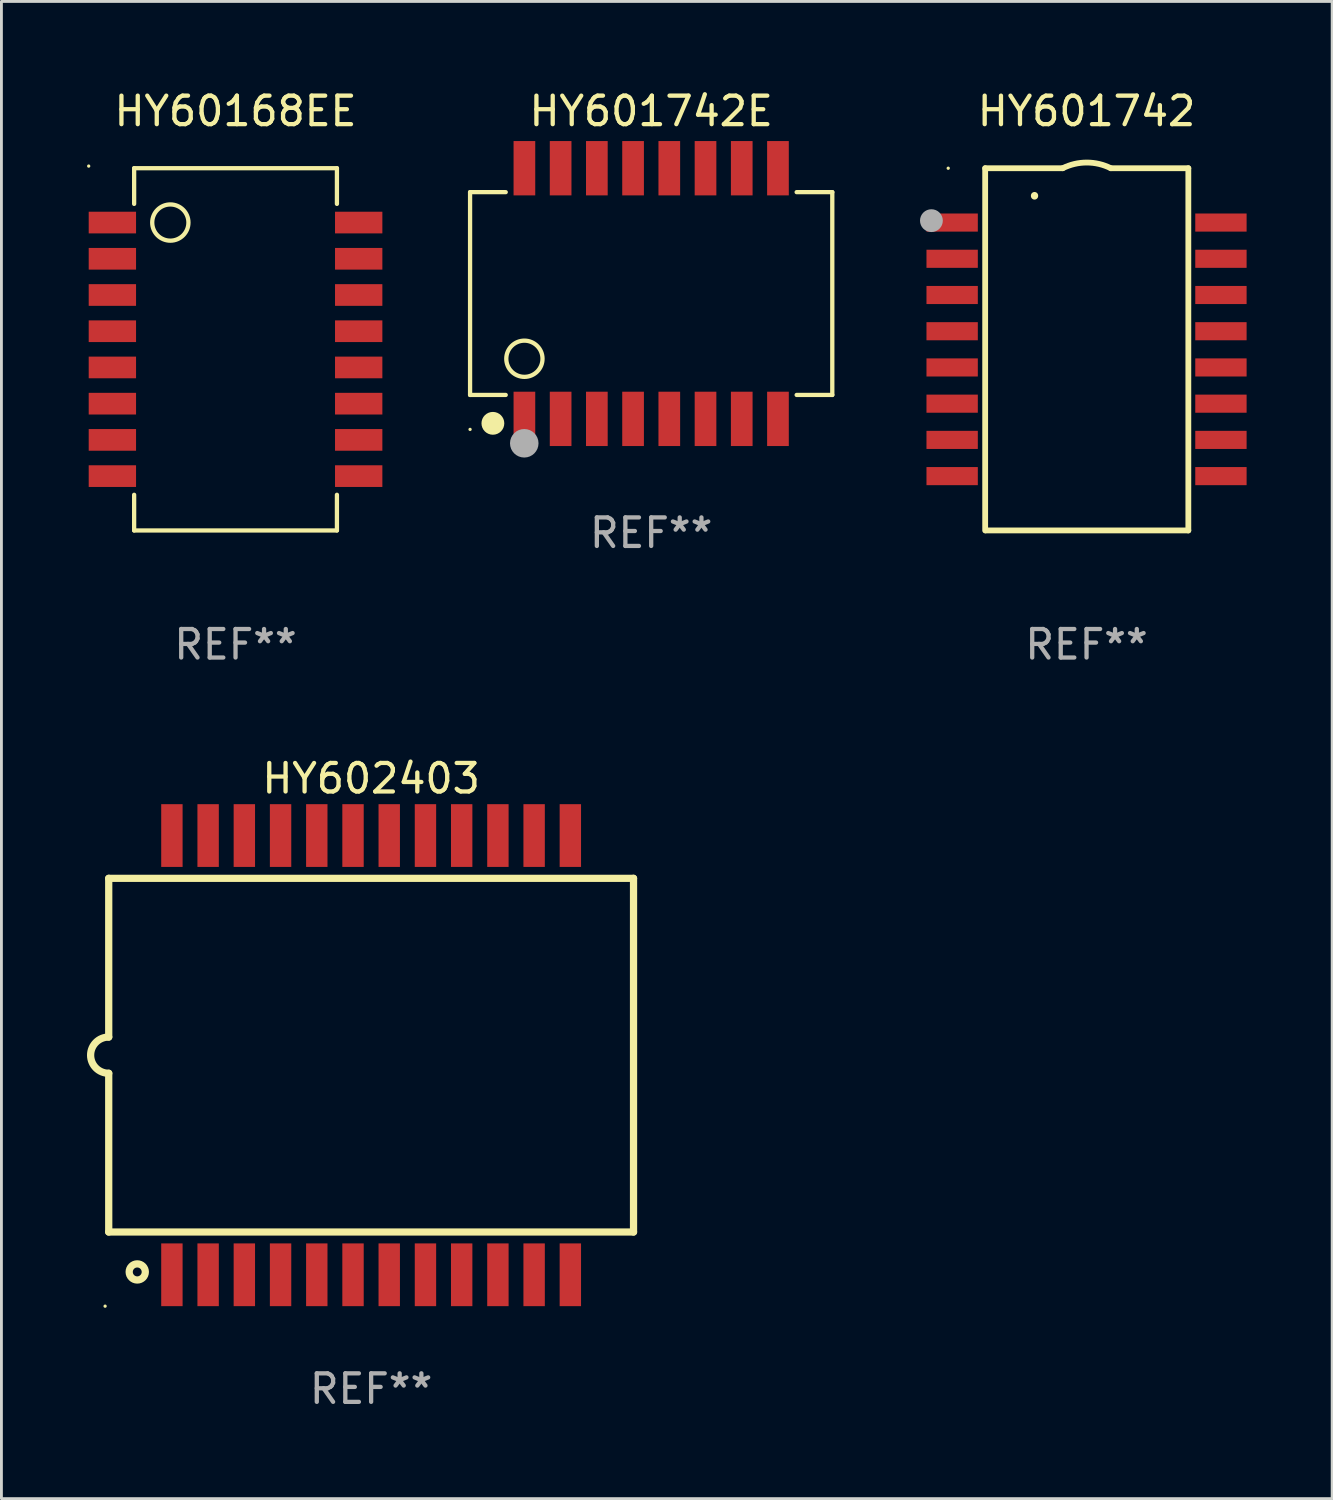
<source format=kicad_pcb>
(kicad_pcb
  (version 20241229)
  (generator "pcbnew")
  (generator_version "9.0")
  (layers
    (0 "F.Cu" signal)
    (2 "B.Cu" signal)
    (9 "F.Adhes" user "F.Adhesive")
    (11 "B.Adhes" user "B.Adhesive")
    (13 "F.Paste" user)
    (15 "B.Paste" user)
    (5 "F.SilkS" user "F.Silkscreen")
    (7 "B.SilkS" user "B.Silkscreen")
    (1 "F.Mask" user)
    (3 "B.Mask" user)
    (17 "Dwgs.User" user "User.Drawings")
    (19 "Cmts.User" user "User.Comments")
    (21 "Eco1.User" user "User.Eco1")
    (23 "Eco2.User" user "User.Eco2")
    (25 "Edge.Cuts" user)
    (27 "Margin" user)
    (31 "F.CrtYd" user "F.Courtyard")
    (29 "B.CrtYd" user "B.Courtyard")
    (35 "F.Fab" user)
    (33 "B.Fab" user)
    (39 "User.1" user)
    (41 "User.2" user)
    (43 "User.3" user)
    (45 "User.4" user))
  (footprint "HY601742E"
    (layer "F.Cu")
    (at 19.781 7.242)
    (property "Reference" "HY601742E" (at 0 -6.394 0) (layer "F.SilkS") (effects (font (size 1 1) (thickness 0.15))))
    (attr through_hole)
    (fp_line (start -6.35 3.555) (end -6.35 -3.555) (stroke (width 0.15) (type solid)) (layer "F.SilkS"))
    (fp_line (start -5.1 -3.555) (end -6.35 -3.555) (stroke (width 0.15) (type solid)) (layer "F.SilkS"))
    (fp_line (start -5.1 3.555) (end -6.35 3.555) (stroke (width 0.15) (type solid)) (layer "F.SilkS"))
    (fp_line (start 6.35 -3.555) (end 5.1 -3.555) (stroke (width 0.15) (type solid)) (layer "F.SilkS"))
    (fp_line (start 6.35 3.555) (end 5.1 3.555) (stroke (width 0.15) (type solid)) (layer "F.SilkS"))
    (fp_line (start 6.35 3.555) (end 6.35 -3.555) (stroke (width 0.15) (type solid)) (layer "F.SilkS"))
    (fp_circle (center -6.35 4.763) (end -6.32 4.763) (stroke (width 0.06) (type solid)) (fill no) (layer "F.SilkS"))
    (fp_circle (center -5.55 4.55) (end -5.35 4.55) (stroke (width 0.4) (type solid)) (fill no) (layer "F.SilkS"))
    (fp_circle (center -4.445 2.286) (end -3.81 2.286) (stroke (width 0.15) (type solid)) (fill no) (layer "F.SilkS"))
    (fp_circle (center -4.45 5.25) (end -4.2 5.25) (stroke (width 0.5) (type solid)) (fill no) (layer "F.Fab"))
    (fp_text user "REF**" (at 0 8.394 0) (layer "F.Fab") (effects (font (size 1 1) (thickness 0.15))))
    (pad "1" smd rect (at -4.445 4.394 180) (size 0.76 1.905) (layers "F.Cu" "F.Mask" "F.Paste"))
    (pad "2" smd rect (at -3.175 4.394 180) (size 0.76 1.905) (layers "F.Cu" "F.Mask" "F.Paste"))
    (pad "3" smd rect (at -1.905 4.394 180) (size 0.76 1.905) (layers "F.Cu" "F.Mask" "F.Paste"))
    (pad "4" smd rect (at -0.635 4.394 180) (size 0.76 1.905) (layers "F.Cu" "F.Mask" "F.Paste"))
    (pad "5" smd rect (at 0.635 4.394 180) (size 0.76 1.905) (layers "F.Cu" "F.Mask" "F.Paste"))
    (pad "6" smd rect (at 1.905 4.394 180) (size 0.76 1.905) (layers "F.Cu" "F.Mask" "F.Paste"))
    (pad "7" smd rect (at 3.175 4.394 180) (size 0.76 1.905) (layers "F.Cu" "F.Mask" "F.Paste"))
    (pad "8" smd rect (at 4.445 4.394 180) (size 0.76 1.905) (layers "F.Cu" "F.Mask" "F.Paste"))
    (pad "9" smd rect (at 4.445 -4.394 180) (size 0.76 1.905) (layers "F.Cu" "F.Mask" "F.Paste"))
    (pad "10" smd rect (at 3.175 -4.394 180) (size 0.76 1.905) (layers "F.Cu" "F.Mask" "F.Paste"))
    (pad "11" smd rect (at 1.905 -4.394 180) (size 0.76 1.905) (layers "F.Cu" "F.Mask" "F.Paste"))
    (pad "12" smd rect (at 0.635 -4.394 180) (size 0.76 1.905) (layers "F.Cu" "F.Mask" "F.Paste"))
    (pad "13" smd rect (at -0.635 -4.394 180) (size 0.76 1.905) (layers "F.Cu" "F.Mask" "F.Paste"))
    (pad "14" smd rect (at -1.905 -4.394 180) (size 0.76 1.905) (layers "F.Cu" "F.Mask" "F.Paste"))
    (pad "15" smd rect (at -3.175 -4.394 180) (size 0.76 1.905) (layers "F.Cu" "F.Mask" "F.Paste"))
    (pad "16" smd rect (at -4.445 -4.394 180) (size 0.76 1.905) (layers "F.Cu" "F.Mask" "F.Paste")))
  (footprint "HY602403"
    (layer "F.Cu")
    (at 9.962 33.945)
    (property "Reference" "HY602403" (at 0 -9.7 0) (layer "F.SilkS") (effects (font (size 1 1) (thickness 0.15))))
    (attr through_hole)
    (fp_line (start -9.2 -6.2) (end -9.2 -0.635) (stroke (width 0.254) (type solid)) (layer "F.SilkS"))
    (fp_line (start -9.2 6.2) (end -9.2 0.635) (stroke (width 0.254) (type solid)) (layer "F.SilkS"))
    (fp_line (start 9.2 -6.2) (end -9.2 -6.2) (stroke (width 0.254) (type solid)) (layer "F.SilkS"))
    (fp_line (start 9.2 -6.2) (end 9.2 6.2) (stroke (width 0.254) (type solid)) (layer "F.SilkS"))
    (fp_line (start 9.2 6.2) (end -9.2 6.2) (stroke (width 0.254) (type solid)) (layer "F.SilkS"))
    (fp_arc (start -9.200025 0.635001) (mid -9.834899 -0.000064) (end -9.199898 -0.635001) (stroke (width 0.254001) (type solid)) (layer "F.SilkS"))
    (fp_circle (center -9.327 8.8) (end -9.297 8.8) (stroke (width 0.06) (type solid)) (fill no) (layer "F.SilkS"))
    (fp_circle (center -8.2 7.6) (end -7.917 7.6) (stroke (width 0.254) (type solid)) (fill no) (layer "F.SilkS"))
    (fp_text user "REF**" (at 0 11.7 0) (layer "F.Fab") (effects (font (size 1 1) (thickness 0.15))))
    (pad "1" smd rect (at -6.985 7.7) (size 0.75 2.2) (layers "F.Cu" "F.Mask" "F.Paste"))
    (pad "2" smd rect (at -5.715 7.7) (size 0.75 2.2) (layers "F.Cu" "F.Mask" "F.Paste"))
    (pad "3" smd rect (at -4.445 7.7) (size 0.75 2.2) (layers "F.Cu" "F.Mask" "F.Paste"))
    (pad "4" smd rect (at -3.175 7.7) (size 0.75 2.2) (layers "F.Cu" "F.Mask" "F.Paste"))
    (pad "5" smd rect (at -1.905 7.7) (size 0.75 2.2) (layers "F.Cu" "F.Mask" "F.Paste"))
    (pad "6" smd rect (at -0.635 7.7) (size 0.75 2.2) (layers "F.Cu" "F.Mask" "F.Paste"))
    (pad "7" smd rect (at 0.635 7.7) (size 0.75 2.2) (layers "F.Cu" "F.Mask" "F.Paste"))
    (pad "8" smd rect (at 1.905 7.7) (size 0.75 2.2) (layers "F.Cu" "F.Mask" "F.Paste"))
    (pad "9" smd rect (at 3.175 7.7) (size 0.75 2.2) (layers "F.Cu" "F.Mask" "F.Paste"))
    (pad "10" smd rect (at 4.445 7.7) (size 0.75 2.2) (layers "F.Cu" "F.Mask" "F.Paste"))
    (pad "11" smd rect (at 5.715 7.7) (size 0.75 2.2) (layers "F.Cu" "F.Mask" "F.Paste"))
    (pad "12" smd rect (at 6.985 7.7) (size 0.75 2.2) (layers "F.Cu" "F.Mask" "F.Paste"))
    (pad "13" smd rect (at 6.985 -7.7) (size 0.75 2.2) (layers "F.Cu" "F.Mask" "F.Paste"))
    (pad "14" smd rect (at 5.715 -7.7) (size 0.75 2.2) (layers "F.Cu" "F.Mask" "F.Paste"))
    (pad "15" smd rect (at 4.445 -7.7) (size 0.75 2.2) (layers "F.Cu" "F.Mask" "F.Paste"))
    (pad "16" smd rect (at 3.175 -7.7) (size 0.75 2.2) (layers "F.Cu" "F.Mask" "F.Paste"))
    (pad "17" smd rect (at 1.905 -7.7) (size 0.75 2.2) (layers "F.Cu" "F.Mask" "F.Paste"))
    (pad "18" smd rect (at 0.635 -7.7) (size 0.75 2.2) (layers "F.Cu" "F.Mask" "F.Paste"))
    (pad "19" smd rect (at -0.635 -7.7) (size 0.75 2.2) (layers "F.Cu" "F.Mask" "F.Paste"))
    (pad "20" smd rect (at -1.905 -7.7) (size 0.75 2.2) (layers "F.Cu" "F.Mask" "F.Paste"))
    (pad "21" smd rect (at -3.175 -7.7) (size 0.75 2.2) (layers "F.Cu" "F.Mask" "F.Paste"))
    (pad "22" smd rect (at -4.445 -7.7) (size 0.75 2.2) (layers "F.Cu" "F.Mask" "F.Paste"))
    (pad "23" smd rect (at -5.715 -7.7) (size 0.75 2.2) (layers "F.Cu" "F.Mask" "F.Paste"))
    (pad "24" smd rect (at -6.985 -7.7) (size 0.75 2.2) (layers "F.Cu" "F.Mask" "F.Paste")))
  (footprint "HY60168EE"
    (layer "F.Cu")
    (at 5.208 9.198)
    (property "Reference" "HY60168EE" (at 0 -8.35 0) (layer "F.SilkS") (effects (font (size 1 1) (thickness 0.15))))
    (attr through_hole)
    (fp_line (start -3.555 -6.35) (end 3.555 -6.35) (stroke (width 0.15) (type solid)) (layer "F.SilkS"))
    (fp_line (start -3.555 -5.1) (end -3.555 -6.35) (stroke (width 0.15) (type solid)) (layer "F.SilkS"))
    (fp_line (start -3.555 6.35) (end -3.555 5.1) (stroke (width 0.15) (type solid)) (layer "F.SilkS"))
    (fp_line (start -3.555 6.35) (end 3.555 6.35) (stroke (width 0.15) (type solid)) (layer "F.SilkS"))
    (fp_line (start 3.555 -5.1) (end 3.555 -6.35) (stroke (width 0.15) (type solid)) (layer "F.SilkS"))
    (fp_line (start 3.555 6.35) (end 3.555 5.1) (stroke (width 0.15) (type solid)) (layer "F.SilkS"))
    (fp_circle (center -5.148 -6.425) (end -5.118 -6.425) (stroke (width 0.06) (type solid)) (fill no) (layer "F.SilkS"))
    (fp_circle (center -2.286 -4.445) (end -1.651 -4.445) (stroke (width 0.15) (type solid)) (fill no) (layer "F.SilkS"))
    (fp_text user "REF**" (at 0 10.35 0) (layer "F.Fab") (effects (font (size 1 1) (thickness 0.15))))
    (pad "1" smd rect (at -4.318 -4.445 90) (size 0.76 1.66) (layers "F.Cu" "F.Mask" "F.Paste"))
    (pad "2" smd rect (at -4.318 -3.175 90) (size 0.76 1.66) (layers "F.Cu" "F.Mask" "F.Paste"))
    (pad "3" smd rect (at -4.318 -1.905 90) (size 0.76 1.66) (layers "F.Cu" "F.Mask" "F.Paste"))
    (pad "4" smd rect (at -4.318 -0.635 90) (size 0.76 1.66) (layers "F.Cu" "F.Mask" "F.Paste"))
    (pad "5" smd rect (at -4.318 0.635 90) (size 0.76 1.66) (layers "F.Cu" "F.Mask" "F.Paste"))
    (pad "6" smd rect (at -4.318 1.905 90) (size 0.76 1.66) (layers "F.Cu" "F.Mask" "F.Paste"))
    (pad "7" smd rect (at -4.318 3.175 90) (size 0.76 1.66) (layers "F.Cu" "F.Mask" "F.Paste"))
    (pad "8" smd rect (at -4.318 4.445 90) (size 0.76 1.66) (layers "F.Cu" "F.Mask" "F.Paste"))
    (pad "9" smd rect (at 4.318 4.445 90) (size 0.76 1.66) (layers "F.Cu" "F.Mask" "F.Paste"))
    (pad "10" smd rect (at 4.318 3.175 90) (size 0.76 1.66) (layers "F.Cu" "F.Mask" "F.Paste"))
    (pad "11" smd rect (at 4.318 1.905 90) (size 0.76 1.66) (layers "F.Cu" "F.Mask" "F.Paste"))
    (pad "12" smd rect (at 4.318 0.635 90) (size 0.76 1.66) (layers "F.Cu" "F.Mask" "F.Paste"))
    (pad "13" smd rect (at 4.318 -0.635 90) (size 0.76 1.66) (layers "F.Cu" "F.Mask" "F.Paste"))
    (pad "14" smd rect (at 4.318 -1.905 90) (size 0.76 1.66) (layers "F.Cu" "F.Mask" "F.Paste"))
    (pad "15" smd rect (at 4.318 -3.175 90) (size 0.76 1.66) (layers "F.Cu" "F.Mask" "F.Paste"))
    (pad "16" smd rect (at 4.318 -4.445 90) (size 0.76 1.66) (layers "F.Cu" "F.Mask" "F.Paste")))
  (footprint "HY601742"
    (layer "F.Cu")
    (at 35.045 9.198)
    (property "Reference" "HY601742" (at 0 -8.35 0) (layer "F.SilkS") (effects (font (size 1 1) (thickness 0.15))))
    (attr through_hole)
    (fp_line (start -3.554 -6.35) (end -0.836 -6.35) (stroke (width 0.203) (type solid)) (layer "F.SilkS"))
    (fp_line (start -3.554 6.35) (end -3.554 -6.35) (stroke (width 0.203) (type solid)) (layer "F.SilkS"))
    (fp_line (start 0.851 -6.35) (end 3.569 -6.35) (stroke (width 0.203) (type solid)) (layer "F.SilkS"))
    (fp_line (start 3.569 -6.35) (end 3.569 6.35) (stroke (width 0.203) (type solid)) (layer "F.SilkS"))
    (fp_line (start 3.569 6.35) (end -3.531 6.35) (stroke (width 0.203) (type solid)) (layer "F.SilkS"))
    (fp_arc (start -1.823724 -5.377191) (mid -1.823754 -5.383541) (end -1.823724 -5.389891) (stroke (width 0.254001) (type solid)) (layer "F.SilkS"))
    (fp_arc (start -0.835662 -6.350013) (mid 0.00762 -6.54903) (end 0.850902 -6.350013) (stroke (width 0.2032) (type solid)) (layer "F.SilkS"))
    (fp_circle (center -4.85 -6.35) (end -4.82 -6.35) (stroke (width 0.06) (type solid)) (fill no) (layer "F.SilkS"))
    (fp_circle (center -5.439 -4.512) (end -5.239 -4.512) (stroke (width 0.4) (type solid)) (fill no) (layer "F.Fab"))
    (fp_text user "REF**" (at 0 10.35 0) (layer "F.Fab") (effects (font (size 1 1) (thickness 0.15))))
    (pad "1" smd rect (at -4.712 -4.445 270) (size 0.635 1.8) (layers "F.Cu" "F.Mask" "F.Paste"))
    (pad "2" smd rect (at -4.712 -3.175 270) (size 0.635 1.8) (layers "F.Cu" "F.Mask" "F.Paste"))
    (pad "3" smd rect (at -4.712 -1.905 270) (size 0.635 1.8) (layers "F.Cu" "F.Mask" "F.Paste"))
    (pad "4" smd rect (at -4.712 -0.635 270) (size 0.635 1.8) (layers "F.Cu" "F.Mask" "F.Paste"))
    (pad "5" smd rect (at -4.712 0.635 270) (size 0.635 1.8) (layers "F.Cu" "F.Mask" "F.Paste"))
    (pad "6" smd rect (at -4.712 1.905 270) (size 0.635 1.8) (layers "F.Cu" "F.Mask" "F.Paste"))
    (pad "7" smd rect (at -4.712 3.175 270) (size 0.635 1.8) (layers "F.Cu" "F.Mask" "F.Paste"))
    (pad "8" smd rect (at -4.712 4.445 270) (size 0.635 1.8) (layers "F.Cu" "F.Mask" "F.Paste"))
    (pad "9" smd rect (at 4.712 4.445 270) (size 0.635 1.8) (layers "F.Cu" "F.Mask" "F.Paste"))
    (pad "10" smd rect (at 4.712 3.175 270) (size 0.635 1.8) (layers "F.Cu" "F.Mask" "F.Paste"))
    (pad "11" smd rect (at 4.712 1.905 270) (size 0.635 1.8) (layers "F.Cu" "F.Mask" "F.Paste"))
    (pad "12" smd rect (at 4.712 0.635 270) (size 0.635 1.8) (layers "F.Cu" "F.Mask" "F.Paste"))
    (pad "13" smd rect (at 4.712 -0.635 270) (size 0.635 1.8) (layers "F.Cu" "F.Mask" "F.Paste"))
    (pad "14" smd rect (at 4.712 -1.905 270) (size 0.635 1.8) (layers "F.Cu" "F.Mask" "F.Paste"))
    (pad "15" smd rect (at 4.712 -3.175 270) (size 0.635 1.8) (layers "F.Cu" "F.Mask" "F.Paste"))
    (pad "16" smd rect (at 4.712 -4.445 270) (size 0.635 1.8) (layers "F.Cu" "F.Mask" "F.Paste")))
  (gr_rect
    (start -3 -3)
    (end 43.657 49.493)
    (stroke (width 0.1) (type default))
    (fill no)
    (layer "Edge.Cuts")))
</source>
